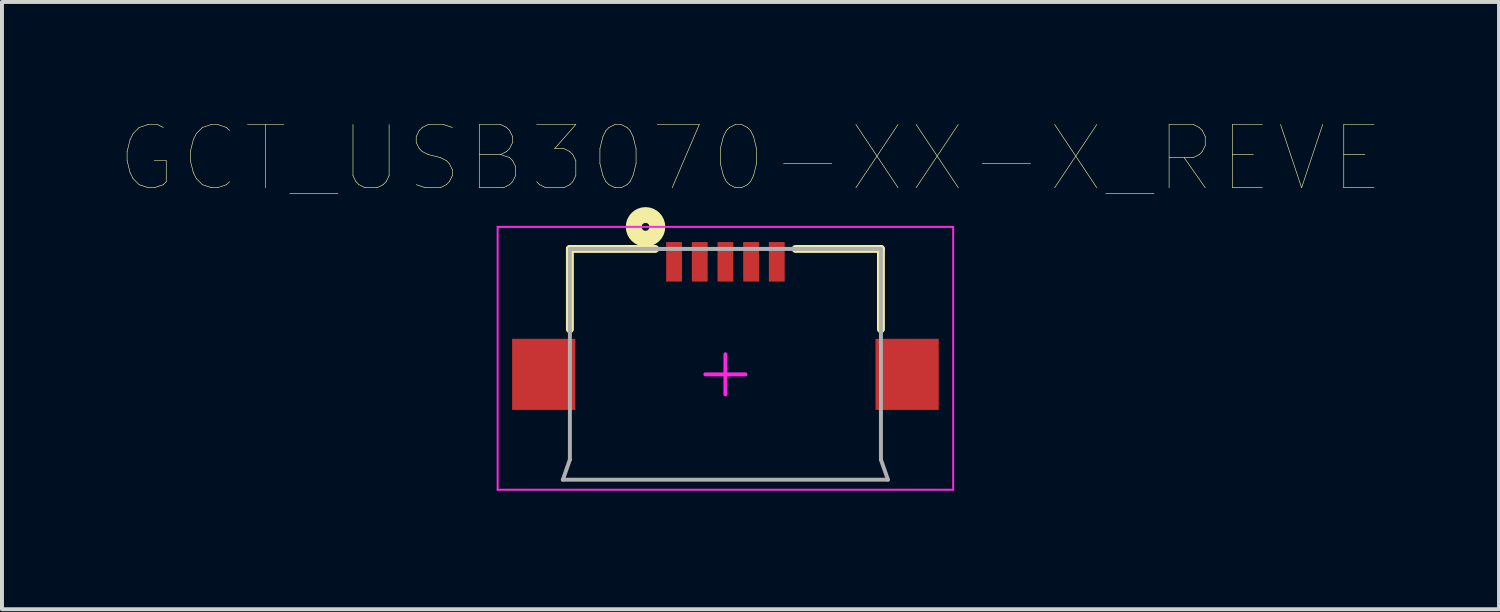
<source format=kicad_pcb>
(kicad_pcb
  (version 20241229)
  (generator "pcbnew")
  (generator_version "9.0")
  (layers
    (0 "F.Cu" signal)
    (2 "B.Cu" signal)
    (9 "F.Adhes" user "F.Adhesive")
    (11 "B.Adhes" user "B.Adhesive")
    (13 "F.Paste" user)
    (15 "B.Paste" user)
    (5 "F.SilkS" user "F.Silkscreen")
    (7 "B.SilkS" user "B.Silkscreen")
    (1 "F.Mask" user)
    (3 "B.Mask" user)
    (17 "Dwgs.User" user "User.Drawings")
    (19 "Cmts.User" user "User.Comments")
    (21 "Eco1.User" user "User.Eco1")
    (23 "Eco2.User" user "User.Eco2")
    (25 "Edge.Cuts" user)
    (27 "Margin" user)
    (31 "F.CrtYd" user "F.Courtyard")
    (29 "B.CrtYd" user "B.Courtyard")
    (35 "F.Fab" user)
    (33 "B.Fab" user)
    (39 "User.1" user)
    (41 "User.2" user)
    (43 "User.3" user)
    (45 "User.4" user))
  (footprint "GCT_USB3070-XX-X_REVE"
    (layer "F.Cu")
    (at 15.314 6.427)
    (property "Reference" "GCT_USB3070-XX-X_REVE" (at 0.635 -5.465 0) (layer "F.SilkS") (effects (font (size 1.601 1.601) (thickness 0.015))))
    (attr through_hole)
    (fp_line (start -3.937 -3.175) (end -1.778 -3.175) (stroke (width 0.2) (type solid)) (layer "F.SilkS"))
    (fp_line (start -3.937 -1.143) (end -3.937 -3.175) (stroke (width 0.2) (type solid)) (layer "F.SilkS"))
    (fp_line (start 1.778 -3.175) (end 3.937 -3.175) (stroke (width 0.2) (type solid)) (layer "F.SilkS"))
    (fp_line (start 3.937 -1.143) (end 3.937 -3.175) (stroke (width 0.2) (type solid)) (layer "F.SilkS"))
    (fp_circle (center -2.022 -3.734) (end -1.922 -3.734) (stroke (width 0.4) (type solid)) (fill no) (layer "F.SilkS"))
    (fp_line (start -5.766 -3.734) (end 5.766 -3.734) (stroke (width 0.05) (type solid)) (layer "F.CrtYd"))
    (fp_line (start -5.766 2.921) (end -5.766 -3.734) (stroke (width 0.05) (type solid)) (layer "F.CrtYd"))
    (fp_line (start -5.766 2.921) (end 5.766 2.921) (stroke (width 0.05) (type solid)) (layer "F.CrtYd"))
    (fp_line (start -0.508 0) (end 0.508 0) (stroke (width 0.1) (type solid)) (layer "F.CrtYd"))
    (fp_line (start 0 0.508) (end 0 -0.508) (stroke (width 0.1) (type solid)) (layer "F.CrtYd"))
    (fp_line (start 5.766 2.921) (end 5.766 -3.734) (stroke (width 0.05) (type solid)) (layer "F.CrtYd"))
    (fp_line (start -4.115 2.667) (end -3.937 2.159) (stroke (width 0.1) (type solid)) (layer "F.Fab"))
    (fp_line (start -4.115 2.667) (end 4.115 2.667) (stroke (width 0.1) (type solid)) (layer "F.Fab"))
    (fp_line (start -3.937 -3.175) (end 3.937 -3.175) (stroke (width 0.1) (type solid)) (layer "F.Fab"))
    (fp_line (start -3.937 2.159) (end -3.937 -3.175) (stroke (width 0.1) (type solid)) (layer "F.Fab"))
    (fp_line (start 3.937 2.159) (end 3.937 -3.175) (stroke (width 0.1) (type solid)) (layer "F.Fab"))
    (fp_line (start 3.937 2.159) (end 4.115 2.667) (stroke (width 0.1) (type solid)) (layer "F.Fab"))
    (pad "1" smd rect (at -1.3 -2.85) (size 0.4 1) (layers "F.Cu" "F.Mask" "F.Paste"))
    (pad "2" smd rect (at -0.65 -2.85) (size 0.4 1) (layers "F.Cu" "F.Mask" "F.Paste"))
    (pad "3" smd rect (at 0 -2.85) (size 0.4 1) (layers "F.Cu" "F.Mask" "F.Paste"))
    (pad "4" smd rect (at 0.65 -2.85) (size 0.4 1) (layers "F.Cu" "F.Mask" "F.Paste"))
    (pad "5" smd rect (at 1.3 -2.85) (size 0.4 1) (layers "F.Cu" "F.Mask" "F.Paste"))
    (pad "6" smd rect (at 4.6 0) (size 1.6 1.8) (layers "F.Cu" "F.Mask" "F.Paste"))
    (pad "7" smd rect (at -4.6 0) (size 1.6 1.8) (layers "F.Cu" "F.Mask" "F.Paste")))
  (gr_rect
    (start -3 -3)
    (end 34.898 12.373)
    (stroke (width 0.1) (type default))
    (fill no)
    (layer "Edge.Cuts")))
</source>
